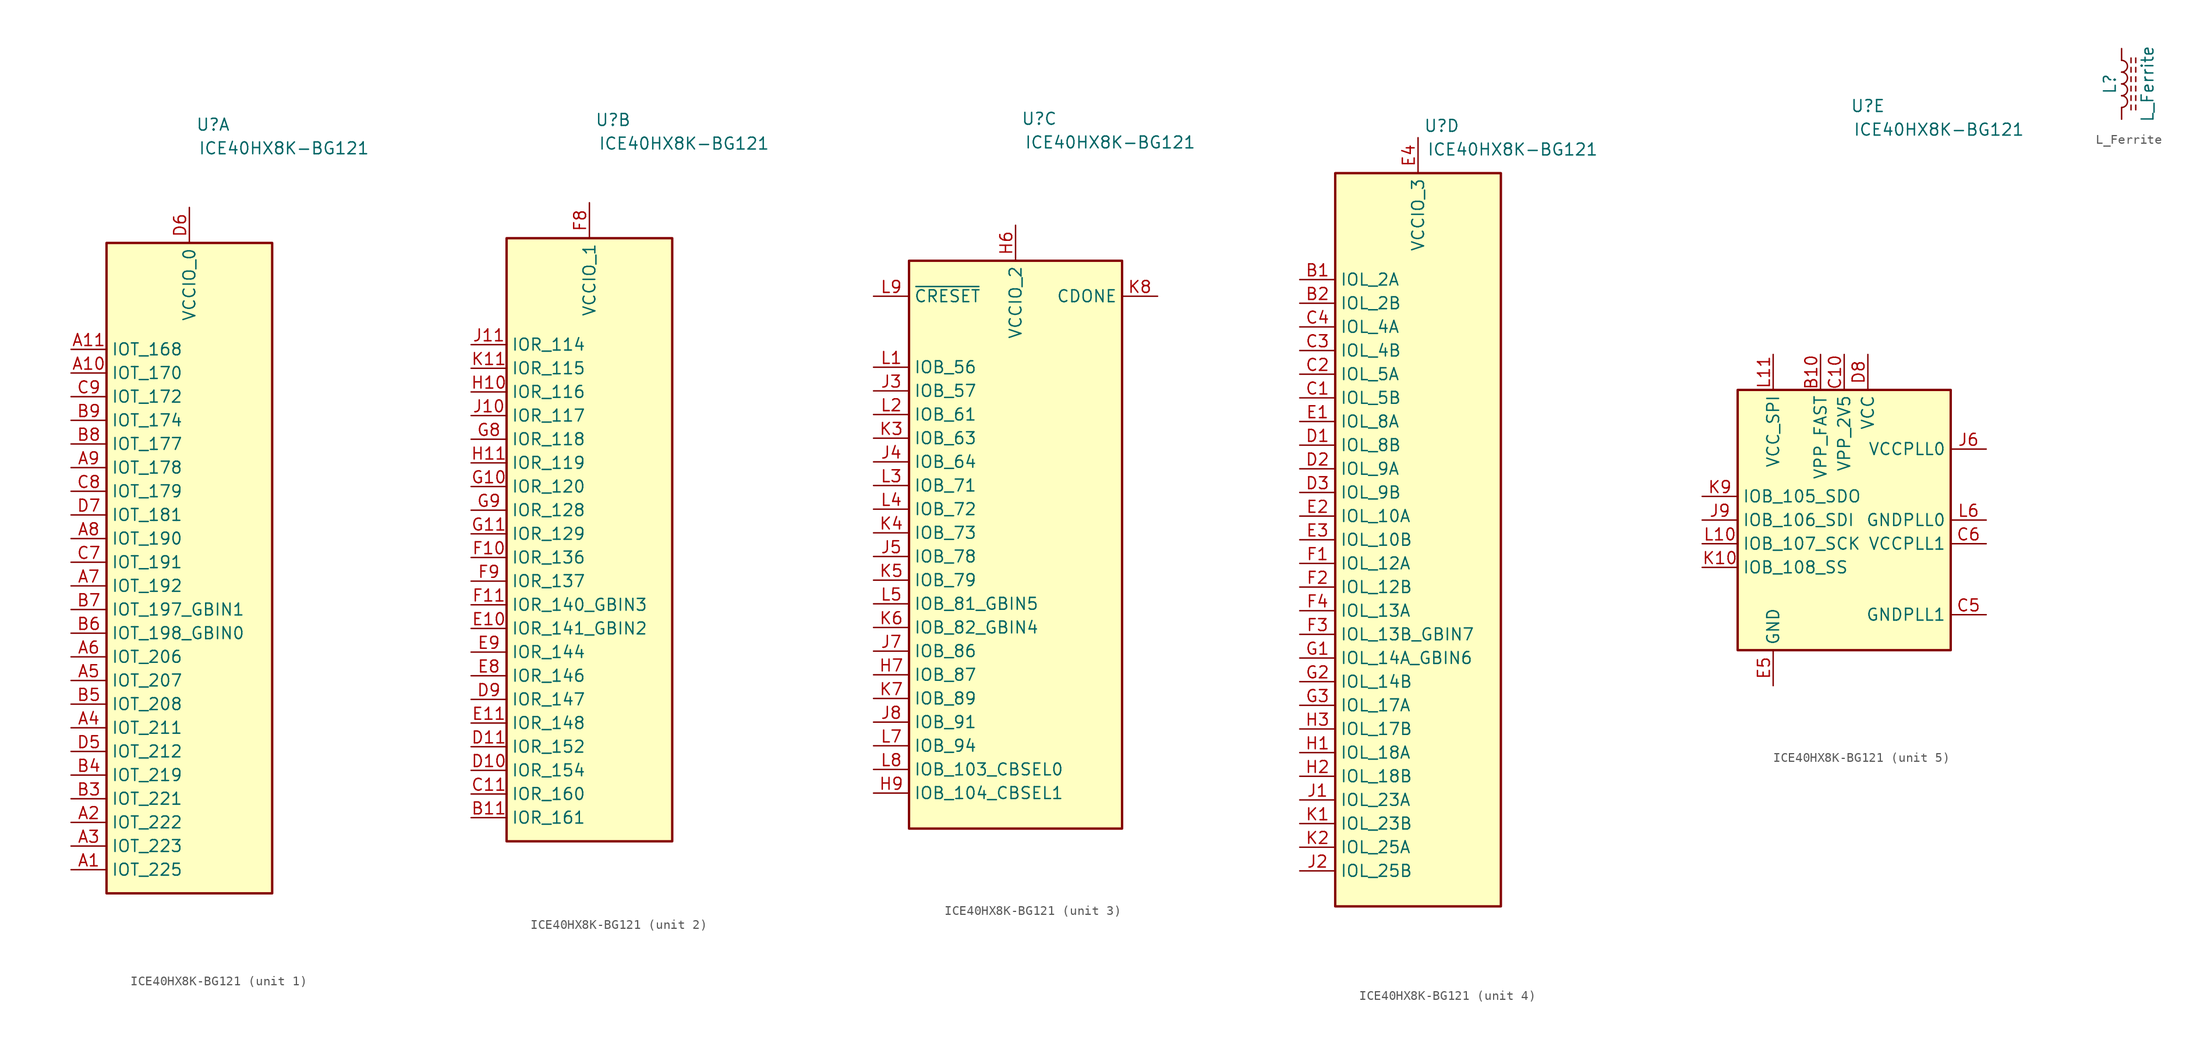
<source format=kicad_sym>
(kicad_symbol_lib
  (version 20201005)
  (generator kicad_symbol_editor)
  (symbol "proj_sym:ICE40HX8K-BG121"
    (property "Reference" "U"
      (at 2.54 44.45 0)
      (effects (font (size 1.27 1.27))))
    (property "Value" "ICE40HX8K-BG121"
      (at 10.16 41.91 0)
      (effects (font (size 1.27 1.27))))
    (property "ki_locked" ""
      (at 0 0 0)
      (effects (font (size 1.27 1.27))))
    (symbol "ICE40HX8K-BG121_1_1"
      (rectangle (start -8.89 31.75) (end 8.89 -38.1) (stroke (width 0.254)) (fill (type background)))
      (pin bidirectional line (at -12.7 -35.56 0) (length 3.81) (name "IOT_225" (effects (font (size 1.27 1.27)))) (number "A1" (effects (font (size 1.27 1.27)))))
      (pin bidirectional line (at -12.7 17.78 0) (length 3.81) (name "IOT_170" (effects (font (size 1.27 1.27)))) (number "A10" (effects (font (size 1.27 1.27)))))
      (pin bidirectional line (at -12.7 20.32 0) (length 3.81) (name "IOT_168" (effects (font (size 1.27 1.27)))) (number "A11" (effects (font (size 1.27 1.27)))))
      (pin bidirectional line (at -12.7 -30.48 0) (length 3.81) (name "IOT_222" (effects (font (size 1.27 1.27)))) (number "A2" (effects (font (size 1.27 1.27)))))
      (pin bidirectional line (at -12.7 -33.02 0) (length 3.81) (name "IOT_223" (effects (font (size 1.27 1.27)))) (number "A3" (effects (font (size 1.27 1.27)))))
      (pin bidirectional line (at -12.7 -20.32 0) (length 3.81) (name "IOT_211" (effects (font (size 1.27 1.27)))) (number "A4" (effects (font (size 1.27 1.27)))))
      (pin bidirectional line (at -12.7 -15.24 0) (length 3.81) (name "IOT_207" (effects (font (size 1.27 1.27)))) (number "A5" (effects (font (size 1.27 1.27)))))
      (pin bidirectional line (at -12.7 -12.7 0) (length 3.81) (name "IOT_206" (effects (font (size 1.27 1.27)))) (number "A6" (effects (font (size 1.27 1.27)))))
      (pin bidirectional line (at -12.7 -5.08 0) (length 3.81) (name "IOT_192" (effects (font (size 1.27 1.27)))) (number "A7" (effects (font (size 1.27 1.27)))))
      (pin bidirectional line (at -12.7 0 0) (length 3.81) (name "IOT_190" (effects (font (size 1.27 1.27)))) (number "A8" (effects (font (size 1.27 1.27)))))
      (pin bidirectional line (at -12.7 7.62 0) (length 3.81) (name "IOT_178" (effects (font (size 1.27 1.27)))) (number "A9" (effects (font (size 1.27 1.27)))))
      (pin bidirectional line (at -12.7 -27.94 0) (length 3.81) (name "IOT_221" (effects (font (size 1.27 1.27)))) (number "B3" (effects (font (size 1.27 1.27)))))
      (pin bidirectional line (at -12.7 -25.4 0) (length 3.81) (name "IOT_219" (effects (font (size 1.27 1.27)))) (number "B4" (effects (font (size 1.27 1.27)))))
      (pin bidirectional line (at -12.7 -17.78 0) (length 3.81) (name "IOT_208" (effects (font (size 1.27 1.27)))) (number "B5" (effects (font (size 1.27 1.27)))))
      (pin bidirectional line (at -12.7 -10.16 0) (length 3.81) (name "IOT_198_GBIN0" (effects (font (size 1.27 1.27)))) (number "B6" (effects (font (size 1.27 1.27)))))
      (pin bidirectional line (at -12.7 -7.62 0) (length 3.81) (name "IOT_197_GBIN1" (effects (font (size 1.27 1.27)))) (number "B7" (effects (font (size 1.27 1.27)))))
      (pin bidirectional line (at -12.7 10.16 0) (length 3.81) (name "IOT_177" (effects (font (size 1.27 1.27)))) (number "B8" (effects (font (size 1.27 1.27)))))
      (pin bidirectional line (at -12.7 12.7 0) (length 3.81) (name "IOT_174" (effects (font (size 1.27 1.27)))) (number "B9" (effects (font (size 1.27 1.27)))))
      (pin bidirectional line (at -12.7 -2.54 0) (length 3.81) (name "IOT_191" (effects (font (size 1.27 1.27)))) (number "C7" (effects (font (size 1.27 1.27)))))
      (pin bidirectional line (at -12.7 5.08 0) (length 3.81) (name "IOT_179" (effects (font (size 1.27 1.27)))) (number "C8" (effects (font (size 1.27 1.27)))))
      (pin bidirectional line (at -12.7 15.24 0) (length 3.81) (name "IOT_172" (effects (font (size 1.27 1.27)))) (number "C9" (effects (font (size 1.27 1.27)))))
      (pin bidirectional line (at -12.7 -22.86 0) (length 3.81) (name "IOT_212" (effects (font (size 1.27 1.27)))) (number "D5" (effects (font (size 1.27 1.27)))))
      (pin power_in line (at 0 35.56 270) (length 3.81) (name "VCCIO_0" (effects (font (size 1.27 1.27)))) (number "D6" (effects (font (size 1.27 1.27)))))
      (pin bidirectional line (at -12.7 2.54 0) (length 3.81) (name "IOT_181" (effects (font (size 1.27 1.27)))) (number "D7" (effects (font (size 1.27 1.27))))))
    (symbol "ICE40HX8K-BG121_2_1"
      (rectangle (start -8.89 31.75) (end 8.89 -33.02) (stroke (width 0.254)) (fill (type background)))
      (pin bidirectional line (at -12.7 -30.48 0) (length 3.81) (name "IOR_161" (effects (font (size 1.27 1.27)))) (number "B11" (effects (font (size 1.27 1.27)))))
      (pin bidirectional line (at -12.7 -27.94 0) (length 3.81) (name "IOR_160" (effects (font (size 1.27 1.27)))) (number "C11" (effects (font (size 1.27 1.27)))))
      (pin bidirectional line (at -12.7 -25.4 0) (length 3.81) (name "IOR_154" (effects (font (size 1.27 1.27)))) (number "D10" (effects (font (size 1.27 1.27)))))
      (pin bidirectional line (at -12.7 -22.86 0) (length 3.81) (name "IOR_152" (effects (font (size 1.27 1.27)))) (number "D11" (effects (font (size 1.27 1.27)))))
      (pin bidirectional line (at -12.7 -17.78 0) (length 3.81) (name "IOR_147" (effects (font (size 1.27 1.27)))) (number "D9" (effects (font (size 1.27 1.27)))))
      (pin bidirectional line (at -12.7 -10.16 0) (length 3.81) (name "IOR_141_GBIN2" (effects (font (size 1.27 1.27)))) (number "E10" (effects (font (size 1.27 1.27)))))
      (pin bidirectional line (at -12.7 -20.32 0) (length 3.81) (name "IOR_148" (effects (font (size 1.27 1.27)))) (number "E11" (effects (font (size 1.27 1.27)))))
      (pin bidirectional line (at -12.7 -15.24 0) (length 3.81) (name "IOR_146" (effects (font (size 1.27 1.27)))) (number "E8" (effects (font (size 1.27 1.27)))))
      (pin bidirectional line (at -12.7 -12.7 0) (length 3.81) (name "IOR_144" (effects (font (size 1.27 1.27)))) (number "E9" (effects (font (size 1.27 1.27)))))
      (pin bidirectional line (at -12.7 -2.54 0) (length 3.81) (name "IOR_136" (effects (font (size 1.27 1.27)))) (number "F10" (effects (font (size 1.27 1.27)))))
      (pin bidirectional line (at -12.7 -7.62 0) (length 3.81) (name "IOR_140_GBIN3" (effects (font (size 1.27 1.27)))) (number "F11" (effects (font (size 1.27 1.27)))))
      (pin power_in line (at 0 35.56 270) (length 3.81) (name "VCCIO_1" (effects (font (size 1.27 1.27)))) (number "F8" (effects (font (size 1.27 1.27)))))
      (pin bidirectional line (at -12.7 -5.08 0) (length 3.81) (name "IOR_137" (effects (font (size 1.27 1.27)))) (number "F9" (effects (font (size 1.27 1.27)))))
      (pin bidirectional line (at -12.7 5.08 0) (length 3.81) (name "IOR_120" (effects (font (size 1.27 1.27)))) (number "G10" (effects (font (size 1.27 1.27)))))
      (pin bidirectional line (at -12.7 0 0) (length 3.81) (name "IOR_129" (effects (font (size 1.27 1.27)))) (number "G11" (effects (font (size 1.27 1.27)))))
      (pin bidirectional line (at -12.7 10.16 0) (length 3.81) (name "IOR_118" (effects (font (size 1.27 1.27)))) (number "G8" (effects (font (size 1.27 1.27)))))
      (pin bidirectional line (at -12.7 2.54 0) (length 3.81) (name "IOR_128" (effects (font (size 1.27 1.27)))) (number "G9" (effects (font (size 1.27 1.27)))))
      (pin bidirectional line (at -12.7 15.24 0) (length 3.81) (name "IOR_116" (effects (font (size 1.27 1.27)))) (number "H10" (effects (font (size 1.27 1.27)))))
      (pin bidirectional line (at -12.7 7.62 0) (length 3.81) (name "IOR_119" (effects (font (size 1.27 1.27)))) (number "H11" (effects (font (size 1.27 1.27)))))
      (pin bidirectional line (at -12.7 12.7 0) (length 3.81) (name "IOR_117" (effects (font (size 1.27 1.27)))) (number "J10" (effects (font (size 1.27 1.27)))))
      (pin bidirectional line (at -12.7 20.32 0) (length 3.81) (name "IOR_114" (effects (font (size 1.27 1.27)))) (number "J11" (effects (font (size 1.27 1.27)))))
      (pin bidirectional line (at -12.7 17.78 0) (length 3.81) (name "IOR_115" (effects (font (size 1.27 1.27)))) (number "K11" (effects (font (size 1.27 1.27))))))
    (symbol "ICE40HX8K-BG121_3_1"
      (rectangle (start -11.43 29.21) (end 11.43 -31.75) (stroke (width 0.254)) (fill (type background)))
      (pin power_in line (at 0 33.02 270) (length 3.81) (name "VCCIO_2" (effects (font (size 1.27 1.27)))) (number "H6" (effects (font (size 1.27 1.27)))))
      (pin bidirectional line (at -15.24 -15.24 0) (length 3.81) (name "IOB_87" (effects (font (size 1.27 1.27)))) (number "H7" (effects (font (size 1.27 1.27)))))
      (pin bidirectional line (at -15.24 -27.94 0) (length 3.81) (name "IOB_104_CBSEL1" (effects (font (size 1.27 1.27)))) (number "H9" (effects (font (size 1.27 1.27)))))
      (pin bidirectional line (at -15.24 15.24 0) (length 3.81) (name "IOB_57" (effects (font (size 1.27 1.27)))) (number "J3" (effects (font (size 1.27 1.27)))))
      (pin bidirectional line (at -15.24 7.62 0) (length 3.81) (name "IOB_64" (effects (font (size 1.27 1.27)))) (number "J4" (effects (font (size 1.27 1.27)))))
      (pin bidirectional line (at -15.24 -2.54 0) (length 3.81) (name "IOB_78" (effects (font (size 1.27 1.27)))) (number "J5" (effects (font (size 1.27 1.27)))))
      (pin bidirectional line (at -15.24 -12.7 0) (length 3.81) (name "IOB_86" (effects (font (size 1.27 1.27)))) (number "J7" (effects (font (size 1.27 1.27)))))
      (pin bidirectional line (at -15.24 -20.32 0) (length 3.81) (name "IOB_91" (effects (font (size 1.27 1.27)))) (number "J8" (effects (font (size 1.27 1.27)))))
      (pin bidirectional line (at -15.24 10.16 0) (length 3.81) (name "IOB_63" (effects (font (size 1.27 1.27)))) (number "K3" (effects (font (size 1.27 1.27)))))
      (pin bidirectional line (at -15.24 0 0) (length 3.81) (name "IOB_73" (effects (font (size 1.27 1.27)))) (number "K4" (effects (font (size 1.27 1.27)))))
      (pin bidirectional line (at -15.24 -5.08 0) (length 3.81) (name "IOB_79" (effects (font (size 1.27 1.27)))) (number "K5" (effects (font (size 1.27 1.27)))))
      (pin bidirectional line (at -15.24 -10.16 0) (length 3.81) (name "IOB_82_GBIN4" (effects (font (size 1.27 1.27)))) (number "K6" (effects (font (size 1.27 1.27)))))
      (pin bidirectional line (at -15.24 -17.78 0) (length 3.81) (name "IOB_89" (effects (font (size 1.27 1.27)))) (number "K7" (effects (font (size 1.27 1.27)))))
      (pin open_collector line (at 15.24 25.4 180) (length 3.81) (name "CDONE" (effects (font (size 1.27 1.27)))) (number "K8" (effects (font (size 1.27 1.27)))))
      (pin bidirectional line (at -15.24 17.78 0) (length 3.81) (name "IOB_56" (effects (font (size 1.27 1.27)))) (number "L1" (effects (font (size 1.27 1.27)))))
      (pin bidirectional line (at -15.24 12.7 0) (length 3.81) (name "IOB_61" (effects (font (size 1.27 1.27)))) (number "L2" (effects (font (size 1.27 1.27)))))
      (pin bidirectional line (at -15.24 5.08 0) (length 3.81) (name "IOB_71" (effects (font (size 1.27 1.27)))) (number "L3" (effects (font (size 1.27 1.27)))))
      (pin bidirectional line (at -15.24 2.54 0) (length 3.81) (name "IOB_72" (effects (font (size 1.27 1.27)))) (number "L4" (effects (font (size 1.27 1.27)))))
      (pin bidirectional line (at -15.24 -7.62 0) (length 3.81) (name "IOB_81_GBIN5" (effects (font (size 1.27 1.27)))) (number "L5" (effects (font (size 1.27 1.27)))))
      (pin bidirectional line (at -15.24 -22.86 0) (length 3.81) (name "IOB_94" (effects (font (size 1.27 1.27)))) (number "L7" (effects (font (size 1.27 1.27)))))
      (pin bidirectional line (at -15.24 -25.4 0) (length 3.81) (name "IOB_103_CBSEL0" (effects (font (size 1.27 1.27)))) (number "L8" (effects (font (size 1.27 1.27)))))
      (pin input line (at -15.24 25.4 0) (length 3.81) (name "~CRESET" (effects (font (size 1.27 1.27)))) (number "L9" (effects (font (size 1.27 1.27))))))
    (symbol "ICE40HX8K-BG121_4_1"
      (rectangle (start -8.89 39.37) (end 8.89 -39.37) (stroke (width 0.254)) (fill (type background)))
      (pin bidirectional line (at -12.7 27.94 0) (length 3.81) (name "IOL_2A" (effects (font (size 1.27 1.27)))) (number "B1" (effects (font (size 1.27 1.27)))))
      (pin bidirectional line (at -12.7 25.4 0) (length 3.81) (name "IOL_2B" (effects (font (size 1.27 1.27)))) (number "B2" (effects (font (size 1.27 1.27)))))
      (pin bidirectional line (at -12.7 15.24 0) (length 3.81) (name "IOL_5B" (effects (font (size 1.27 1.27)))) (number "C1" (effects (font (size 1.27 1.27)))))
      (pin bidirectional line (at -12.7 17.78 0) (length 3.81) (name "IOL_5A" (effects (font (size 1.27 1.27)))) (number "C2" (effects (font (size 1.27 1.27)))))
      (pin bidirectional line (at -12.7 20.32 0) (length 3.81) (name "IOL_4B" (effects (font (size 1.27 1.27)))) (number "C3" (effects (font (size 1.27 1.27)))))
      (pin bidirectional line (at -12.7 22.86 0) (length 3.81) (name "IOL_4A" (effects (font (size 1.27 1.27)))) (number "C4" (effects (font (size 1.27 1.27)))))
      (pin bidirectional line (at -12.7 10.16 0) (length 3.81) (name "IOL_8B" (effects (font (size 1.27 1.27)))) (number "D1" (effects (font (size 1.27 1.27)))))
      (pin bidirectional line (at -12.7 7.62 0) (length 3.81) (name "IOL_9A" (effects (font (size 1.27 1.27)))) (number "D2" (effects (font (size 1.27 1.27)))))
      (pin bidirectional line (at -12.7 5.08 0) (length 3.81) (name "IOL_9B" (effects (font (size 1.27 1.27)))) (number "D3" (effects (font (size 1.27 1.27)))))
      (pin bidirectional line (at -12.7 12.7 0) (length 3.81) (name "IOL_8A" (effects (font (size 1.27 1.27)))) (number "E1" (effects (font (size 1.27 1.27)))))
      (pin bidirectional line (at -12.7 2.54 0) (length 3.81) (name "IOL_10A" (effects (font (size 1.27 1.27)))) (number "E2" (effects (font (size 1.27 1.27)))))
      (pin bidirectional line (at -12.7 0 0) (length 3.81) (name "IOL_10B" (effects (font (size 1.27 1.27)))) (number "E3" (effects (font (size 1.27 1.27)))))
      (pin power_in line (at 0 43.18 270) (length 3.81) (name "VCCIO_3" (effects (font (size 1.27 1.27)))) (number "E4" (effects (font (size 1.27 1.27)))))
      (pin bidirectional line (at -12.7 -2.54 0) (length 3.81) (name "IOL_12A" (effects (font (size 1.27 1.27)))) (number "F1" (effects (font (size 1.27 1.27)))))
      (pin bidirectional line (at -12.7 -5.08 0) (length 3.81) (name "IOL_12B" (effects (font (size 1.27 1.27)))) (number "F2" (effects (font (size 1.27 1.27)))))
      (pin bidirectional line (at -12.7 -10.16 0) (length 3.81) (name "IOL_13B_GBIN7" (effects (font (size 1.27 1.27)))) (number "F3" (effects (font (size 1.27 1.27)))))
      (pin bidirectional line (at -12.7 -7.62 0) (length 3.81) (name "IOL_13A" (effects (font (size 1.27 1.27)))) (number "F4" (effects (font (size 1.27 1.27)))))
      (pin bidirectional line (at -12.7 -12.7 0) (length 3.81) (name "IOL_14A_GBIN6" (effects (font (size 1.27 1.27)))) (number "G1" (effects (font (size 1.27 1.27)))))
      (pin bidirectional line (at -12.7 -15.24 0) (length 3.81) (name "IOL_14B" (effects (font (size 1.27 1.27)))) (number "G2" (effects (font (size 1.27 1.27)))))
      (pin bidirectional line (at -12.7 -17.78 0) (length 3.81) (name "IOL_17A" (effects (font (size 1.27 1.27)))) (number "G3" (effects (font (size 1.27 1.27)))))
      (pin passive line (at 0 43.18 270) (length 3.81) hide (name "VCCIO_3" (effects (font (size 1.27 1.27)))) (number "G4" (effects (font (size 1.27 1.27)))))
      (pin bidirectional line (at -12.7 -22.86 0) (length 3.81) (name "IOL_18A" (effects (font (size 1.27 1.27)))) (number "H1" (effects (font (size 1.27 1.27)))))
      (pin bidirectional line (at -12.7 -25.4 0) (length 3.81) (name "IOL_18B" (effects (font (size 1.27 1.27)))) (number "H2" (effects (font (size 1.27 1.27)))))
      (pin bidirectional line (at -12.7 -20.32 0) (length 3.81) (name "IOL_17B" (effects (font (size 1.27 1.27)))) (number "H3" (effects (font (size 1.27 1.27)))))
      (pin bidirectional line (at -12.7 -27.94 0) (length 3.81) (name "IOL_23A" (effects (font (size 1.27 1.27)))) (number "J1" (effects (font (size 1.27 1.27)))))
      (pin bidirectional line (at -12.7 -35.56 0) (length 3.81) (name "IOL_25B" (effects (font (size 1.27 1.27)))) (number "J2" (effects (font (size 1.27 1.27)))))
      (pin bidirectional line (at -12.7 -30.48 0) (length 3.81) (name "IOL_23B" (effects (font (size 1.27 1.27)))) (number "K1" (effects (font (size 1.27 1.27)))))
      (pin bidirectional line (at -12.7 -33.02 0) (length 3.81) (name "IOL_25A" (effects (font (size 1.27 1.27)))) (number "K2" (effects (font (size 1.27 1.27))))))
    (symbol "ICE40HX8K-BG121_5_1"
      (rectangle (start -11.43 13.97) (end 11.43 -13.97) (stroke (width 0.254)) (fill (type background)))
      (pin power_in line (at -2.54 17.78 270) (length 3.81) (name "VPP_FAST" (effects (font (size 1.27 1.27)))) (number "B10" (effects (font (size 1.27 1.27)))))
      (pin power_in line (at 0 17.78 270) (length 3.81) (name "VPP_2V5" (effects (font (size 1.27 1.27)))) (number "C10" (effects (font (size 1.27 1.27)))))
      (pin power_in line (at 15.24 -10.16 180) (length 3.81) (name "GNDPLL1" (effects (font (size 1.27 1.27)))) (number "C5" (effects (font (size 1.27 1.27)))))
      (pin power_in line (at 15.24 -2.54 180) (length 3.81) (name "VCCPLL1" (effects (font (size 1.27 1.27)))) (number "C6" (effects (font (size 1.27 1.27)))))
      (pin passive line (at 2.54 17.78 270) (length 3.81) hide (name "VCC" (effects (font (size 1.27 1.27)))) (number "D4" (effects (font (size 1.27 1.27)))))
      (pin power_in line (at 2.54 17.78 270) (length 3.81) (name "VCC" (effects (font (size 1.27 1.27)))) (number "D8" (effects (font (size 1.27 1.27)))))
      (pin power_in line (at -7.62 -17.78 90) (length 3.81) (name "GND" (effects (font (size 1.27 1.27)))) (number "E5" (effects (font (size 1.27 1.27)))))
      (pin passive line (at -7.62 -17.78 90) (length 3.81) hide (name "GND" (effects (font (size 1.27 1.27)))) (number "E6" (effects (font (size 1.27 1.27)))))
      (pin passive line (at -7.62 -17.78 90) (length 3.81) hide (name "GND" (effects (font (size 1.27 1.27)))) (number "E7" (effects (font (size 1.27 1.27)))))
      (pin passive line (at -7.62 -17.78 90) (length 3.81) hide (name "GND" (effects (font (size 1.27 1.27)))) (number "F5" (effects (font (size 1.27 1.27)))))
      (pin passive line (at -7.62 -17.78 90) (length 3.81) hide (name "GND" (effects (font (size 1.27 1.27)))) (number "F6" (effects (font (size 1.27 1.27)))))
      (pin passive line (at -7.62 -17.78 90) (length 3.81) hide (name "GND" (effects (font (size 1.27 1.27)))) (number "F7" (effects (font (size 1.27 1.27)))))
      (pin passive line (at -7.62 -17.78 90) (length 3.81) hide (name "GND" (effects (font (size 1.27 1.27)))) (number "G5" (effects (font (size 1.27 1.27)))))
      (pin passive line (at -7.62 -17.78 90) (length 3.81) hide (name "GND" (effects (font (size 1.27 1.27)))) (number "G6" (effects (font (size 1.27 1.27)))))
      (pin passive line (at -7.62 -17.78 90) (length 3.81) hide (name "GND" (effects (font (size 1.27 1.27)))) (number "G7" (effects (font (size 1.27 1.27)))))
      (pin passive line (at 2.54 17.78 270) (length 3.81) hide (name "VCC" (effects (font (size 1.27 1.27)))) (number "H4" (effects (font (size 1.27 1.27)))))
      (pin passive line (at -7.62 -17.78 90) (length 3.81) hide (name "GND" (effects (font (size 1.27 1.27)))) (number "H5" (effects (font (size 1.27 1.27)))))
      (pin passive line (at 2.54 17.78 270) (length 3.81) hide (name "VCC" (effects (font (size 1.27 1.27)))) (number "H8" (effects (font (size 1.27 1.27)))))
      (pin power_in line (at 15.24 7.62 180) (length 3.81) (name "VCCPLL0" (effects (font (size 1.27 1.27)))) (number "J6" (effects (font (size 1.27 1.27)))))
      (pin bidirectional line (at -15.24 0 0) (length 3.81) (name "IOB_106_SDI" (effects (font (size 1.27 1.27)))) (number "J9" (effects (font (size 1.27 1.27)))))
      (pin bidirectional line (at -15.24 -5.08 0) (length 3.81) (name "IOB_108_SS" (effects (font (size 1.27 1.27)))) (number "K10" (effects (font (size 1.27 1.27)))))
      (pin bidirectional line (at -15.24 2.54 0) (length 3.81) (name "IOB_105_SDO" (effects (font (size 1.27 1.27)))) (number "K9" (effects (font (size 1.27 1.27)))))
      (pin bidirectional line (at -15.24 -2.54 0) (length 3.81) (name "IOB_107_SCK" (effects (font (size 1.27 1.27)))) (number "L10" (effects (font (size 1.27 1.27)))))
      (pin power_in line (at -7.62 17.78 270) (length 3.81) (name "VCC_SPI" (effects (font (size 1.27 1.27)))) (number "L11" (effects (font (size 1.27 1.27)))))
      (pin power_in line (at 15.24 0 180) (length 3.81) (name "GNDPLL0" (effects (font (size 1.27 1.27)))) (number "L6" (effects (font (size 1.27 1.27)))))))
  (symbol "proj_sym:L_Ferrite"
    (pin_numbers hide)
    (pin_names
      (offset 1.016) hide)
    (property "Reference" "L"
      (at -1.27 0 90)
      (effects (font (size 1.27 1.27))))
    (property "Value" "L_Ferrite"
      (at 2.794 0 90)
      (effects (font (size 1.27 1.27))))
    (symbol "L_Ferrite_0_1"
      (arc (start 0 -2.54) (end 0 -1.27) (radius (at 0 -1.905) (length 0.635) (angles -89.9 89.9)) (stroke (width 0)) (fill (type none)))
      (arc (start 0 -1.27) (end 0 0) (radius (at 0 -0.635) (length 0.635) (angles -89.9 89.9)) (stroke (width 0)) (fill (type none)))
      (arc (start 0 0) (end 0 1.27) (radius (at 0 0.635) (length 0.635) (angles -89.9 89.9)) (stroke (width 0)) (fill (type none)))
      (arc (start 0 1.27) (end 0 2.54) (radius (at 0 1.905) (length 0.635) (angles -89.9 89.9)) (stroke (width 0)) (fill (type none)))
      (polyline (pts (xy 1.016 -2.794) (xy 1.016 -2.286)) (stroke (width 0)) (fill (type none)))
      (polyline (pts (xy 1.016 -1.778) (xy 1.016 -1.27)) (stroke (width 0)) (fill (type none)))
      (polyline (pts (xy 1.016 -0.762) (xy 1.016 -0.254)) (stroke (width 0)) (fill (type none)))
      (polyline (pts (xy 1.016 0.254) (xy 1.016 0.762)) (stroke (width 0)) (fill (type none)))
      (polyline (pts (xy 1.016 1.27) (xy 1.016 1.778)) (stroke (width 0)) (fill (type none)))
      (polyline (pts (xy 1.016 2.286) (xy 1.016 2.794)) (stroke (width 0)) (fill (type none)))
      (polyline (pts (xy 1.524 -2.286) (xy 1.524 -2.794)) (stroke (width 0)) (fill (type none)))
      (polyline (pts (xy 1.524 -1.27) (xy 1.524 -1.778)) (stroke (width 0)) (fill (type none)))
      (polyline (pts (xy 1.524 -0.254) (xy 1.524 -0.762)) (stroke (width 0)) (fill (type none)))
      (polyline (pts (xy 1.524 0.762) (xy 1.524 0.254)) (stroke (width 0)) (fill (type none)))
      (polyline (pts (xy 1.524 1.778) (xy 1.524 1.27)) (stroke (width 0)) (fill (type none)))
      (polyline (pts (xy 1.524 2.794) (xy 1.524 2.286)) (stroke (width 0)) (fill (type none))))
    (symbol "L_Ferrite_1_1"
      (pin passive line (at 0 3.81 270) (length 1.27) (name "1" (effects (font (size 1.27 1.27)))) (number "1" (effects (font (size 1.27 1.27)))))
      (pin passive line (at 0 -3.81 90) (length 1.27) (name "2" (effects (font (size 1.27 1.27)))) (number "2" (effects (font (size 1.27 1.27))))))))
</source>
